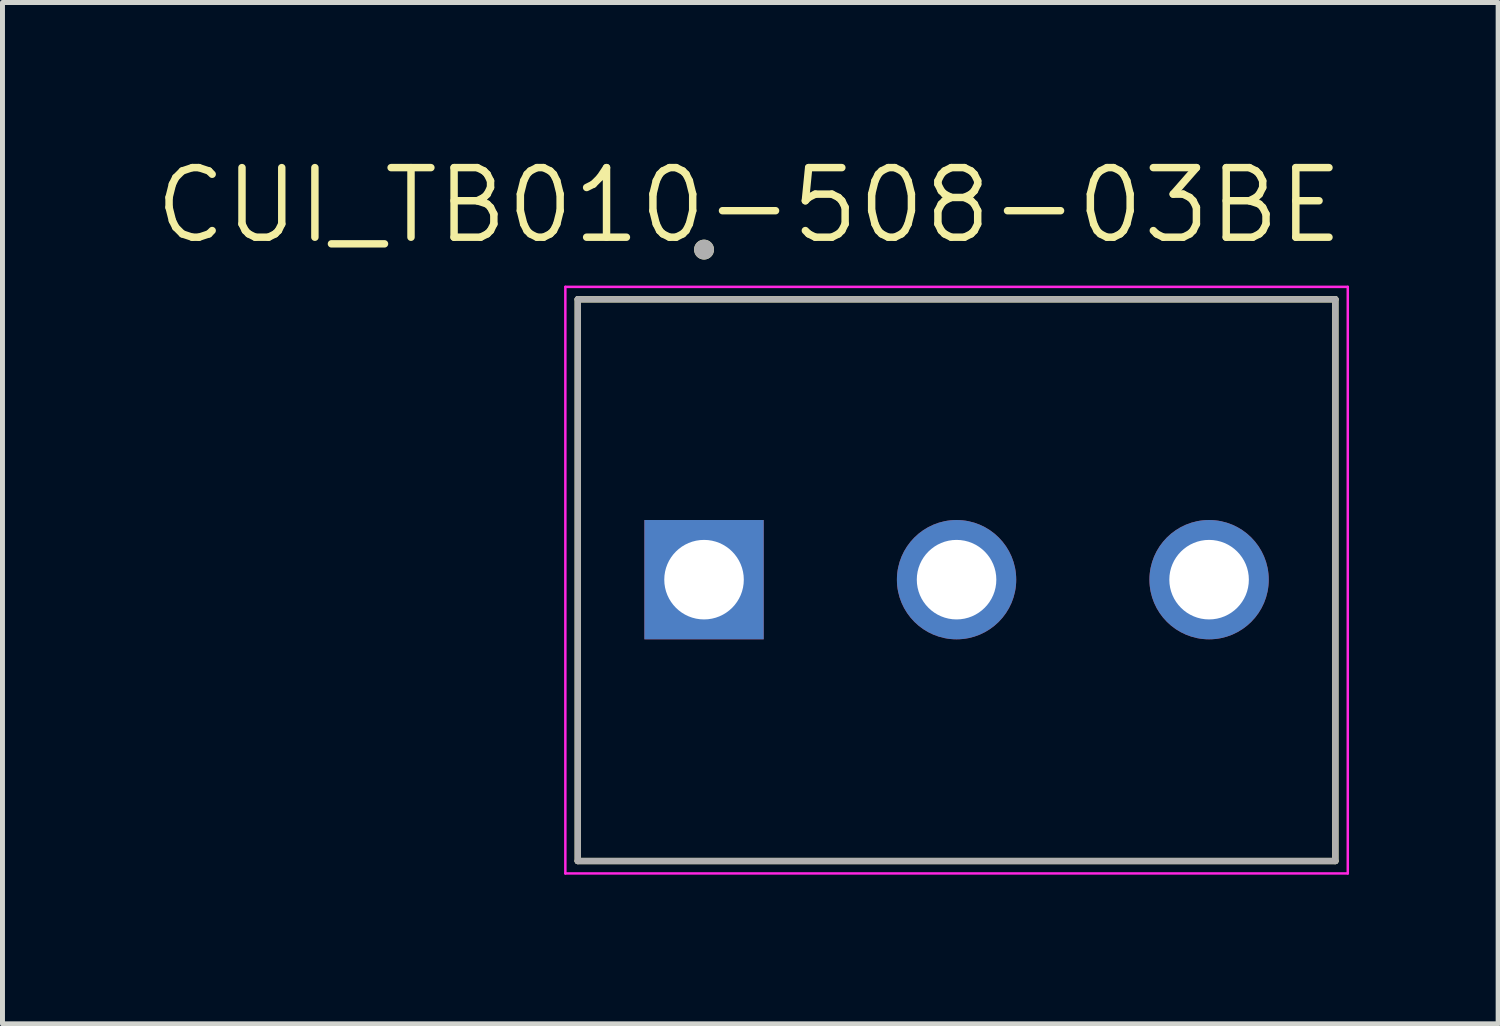
<source format=kicad_pcb>
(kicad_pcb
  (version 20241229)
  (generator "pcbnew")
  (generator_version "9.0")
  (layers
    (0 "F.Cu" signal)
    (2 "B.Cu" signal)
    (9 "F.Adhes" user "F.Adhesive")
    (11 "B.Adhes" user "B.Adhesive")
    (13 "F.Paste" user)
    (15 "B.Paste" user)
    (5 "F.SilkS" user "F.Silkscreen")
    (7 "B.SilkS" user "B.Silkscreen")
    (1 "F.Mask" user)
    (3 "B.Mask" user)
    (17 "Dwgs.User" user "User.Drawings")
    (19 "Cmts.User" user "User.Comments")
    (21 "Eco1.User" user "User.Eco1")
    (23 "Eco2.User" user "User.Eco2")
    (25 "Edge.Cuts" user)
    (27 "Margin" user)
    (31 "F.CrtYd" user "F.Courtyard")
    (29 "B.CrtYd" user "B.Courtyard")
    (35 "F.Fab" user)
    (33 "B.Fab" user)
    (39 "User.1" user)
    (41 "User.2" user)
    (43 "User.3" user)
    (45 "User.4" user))
  (footprint "CUI_TB010-508-03BE"
    (layer "F.Cu")
    (at 11.113 8.611)
    (property "Reference" "CUI_TB010-508-03BE" (at 0.905 -7.529 0) (layer "F.SilkS") (effects (font (size 1.4 1.4) (thickness 0.15))))
    (attr through_hole)
    (fp_line (start -2.54 -5.64) (end 12.7 -5.64) (stroke (width 0.127) (type solid)) (layer "F.SilkS"))
    (fp_line (start -2.54 5.66) (end -2.54 -5.64) (stroke (width 0.127) (type solid)) (layer "F.SilkS"))
    (fp_line (start 12.7 -5.64) (end 12.7 5.66) (stroke (width 0.127) (type solid)) (layer "F.SilkS"))
    (fp_line (start 12.7 5.66) (end -2.54 5.66) (stroke (width 0.127) (type solid)) (layer "F.SilkS"))
    (fp_circle (center 0 -6.64) (end 0.1 -6.64) (stroke (width 0.2) (type solid)) (fill no) (layer "F.SilkS"))
    (fp_line (start -2.79 -5.89) (end 12.95 -5.89) (stroke (width 0.05) (type solid)) (layer "F.CrtYd"))
    (fp_line (start -2.79 5.91) (end -2.79 -5.89) (stroke (width 0.05) (type solid)) (layer "F.CrtYd"))
    (fp_line (start 12.95 -5.89) (end 12.95 5.91) (stroke (width 0.05) (type solid)) (layer "F.CrtYd"))
    (fp_line (start 12.95 5.91) (end -2.79 5.91) (stroke (width 0.05) (type solid)) (layer "F.CrtYd"))
    (fp_line (start -2.54 -5.64) (end 12.7 -5.64) (stroke (width 0.127) (type solid)) (layer "F.Fab"))
    (fp_line (start -2.54 5.66) (end -2.54 -5.64) (stroke (width 0.127) (type solid)) (layer "F.Fab"))
    (fp_line (start 12.7 -5.64) (end 12.7 5.66) (stroke (width 0.127) (type solid)) (layer "F.Fab"))
    (fp_line (start 12.7 5.66) (end -2.54 5.66) (stroke (width 0.127) (type solid)) (layer "F.Fab"))
    (fp_circle (center 0 -6.64) (end 0.1 -6.64) (stroke (width 0.2) (type solid)) (fill no) (layer "F.Fab"))
    (pad "1" thru_hole rect (at 0 0) (size 2.4 2.4) (drill 1.6) (layers "*.Cu" "*.Mask"))
    (pad "2" thru_hole circle (at 5.08 0) (size 2.4 2.4) (drill 1.6) (layers "*.Cu" "*.Mask"))
    (pad "3" thru_hole circle (at 10.16 0) (size 2.4 2.4) (drill 1.6) (layers "*.Cu" "*.Mask")))
  (gr_rect
    (start -3 -3)
    (end 27.088 17.546)
    (stroke (width 0.1) (type default))
    (fill no)
    (layer "Edge.Cuts")))
</source>
